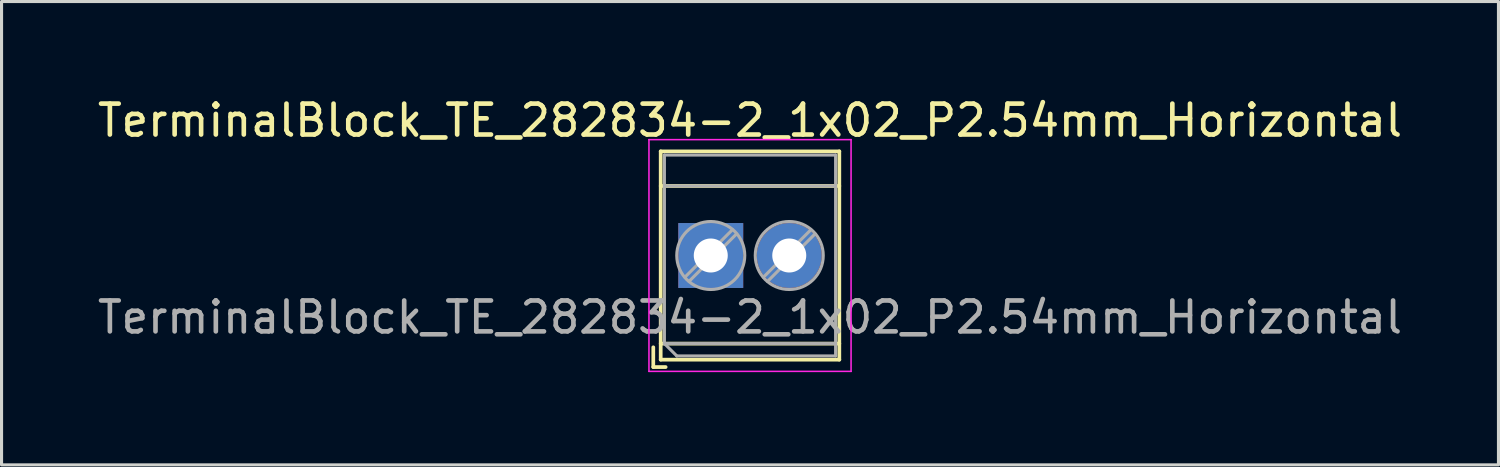
<source format=kicad_pcb>
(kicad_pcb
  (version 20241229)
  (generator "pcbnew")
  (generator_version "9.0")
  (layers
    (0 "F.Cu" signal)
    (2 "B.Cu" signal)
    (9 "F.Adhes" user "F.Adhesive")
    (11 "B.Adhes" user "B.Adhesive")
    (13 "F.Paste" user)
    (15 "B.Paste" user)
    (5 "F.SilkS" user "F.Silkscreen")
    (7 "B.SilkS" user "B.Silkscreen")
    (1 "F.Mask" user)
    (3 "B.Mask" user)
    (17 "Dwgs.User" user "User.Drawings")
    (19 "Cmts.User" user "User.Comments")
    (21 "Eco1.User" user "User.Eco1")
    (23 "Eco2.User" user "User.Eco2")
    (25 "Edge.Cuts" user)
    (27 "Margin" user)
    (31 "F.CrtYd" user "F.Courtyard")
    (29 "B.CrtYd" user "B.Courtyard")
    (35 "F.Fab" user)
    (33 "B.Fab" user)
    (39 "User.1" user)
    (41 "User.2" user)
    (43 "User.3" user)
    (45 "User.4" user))
  (footprint "TerminalBlock_TE_282834-2_1x02_P2.54mm_Horizontal"
    (layer "F.Cu")
    (at 19.95 5.218)
    (property "Reference" "TerminalBlock_TE_282834-2_1x02_P2.54mm_Horizontal" (at 1.27 -4.37 0) (layer "F.SilkS") (effects (font (size 1 1) (thickness 0.15))))
    (attr through_hole)
    (fp_line (start -1.86 2.97) (end -1.86 3.61) (stroke (width 0.12) (type solid)) (layer "F.SilkS"))
    (fp_line (start -1.86 3.61) (end -1.46 3.61) (stroke (width 0.12) (type solid)) (layer "F.SilkS"))
    (fp_line (start -1.62 -3.37) (end -1.62 3.37) (stroke (width 0.12) (type solid)) (layer "F.SilkS"))
    (fp_line (start -1.62 -3.37) (end 4.16 -3.37) (stroke (width 0.12) (type solid)) (layer "F.SilkS"))
    (fp_line (start -1.62 -2.25) (end 4.16 -2.25) (stroke (width 0.12) (type solid)) (layer "F.SilkS"))
    (fp_line (start -1.62 2.85) (end 4.16 2.85) (stroke (width 0.12) (type solid)) (layer "F.SilkS"))
    (fp_line (start -1.62 3.37) (end 4.16 3.37) (stroke (width 0.12) (type solid)) (layer "F.SilkS"))
    (fp_line (start 4.16 -3.37) (end 4.16 3.37) (stroke (width 0.12) (type solid)) (layer "F.SilkS"))
    (fp_line (start -2 -3.75) (end -2 3.75) (stroke (width 0.05) (type solid)) (layer "F.CrtYd"))
    (fp_line (start -2 3.75) (end 4.54 3.75) (stroke (width 0.05) (type solid)) (layer "F.CrtYd"))
    (fp_line (start 4.54 -3.75) (end -2 -3.75) (stroke (width 0.05) (type solid)) (layer "F.CrtYd"))
    (fp_line (start 4.54 3.75) (end 4.54 -3.75) (stroke (width 0.05) (type solid)) (layer "F.CrtYd"))
    (fp_line (start -1.5 -3.25) (end 4.04 -3.25) (stroke (width 0.1) (type solid)) (layer "F.Fab"))
    (fp_line (start -1.5 -2.25) (end 4.04 -2.25) (stroke (width 0.1) (type solid)) (layer "F.Fab"))
    (fp_line (start -1.5 2.85) (end -1.5 -3.25) (stroke (width 0.1) (type solid)) (layer "F.Fab"))
    (fp_line (start -1.5 2.85) (end 4.04 2.85) (stroke (width 0.1) (type solid)) (layer "F.Fab"))
    (fp_line (start -1.1 3.25) (end -1.5 2.85) (stroke (width 0.1) (type solid)) (layer "F.Fab"))
    (fp_line (start 0.701 -0.835) (end -0.835 0.7) (stroke (width 0.1) (type solid)) (layer "F.Fab"))
    (fp_line (start 0.835 -0.7) (end -0.701 0.835) (stroke (width 0.1) (type solid)) (layer "F.Fab"))
    (fp_line (start 3.241 -0.835) (end 1.706 0.7) (stroke (width 0.1) (type solid)) (layer "F.Fab"))
    (fp_line (start 3.375 -0.7) (end 1.84 0.835) (stroke (width 0.1) (type solid)) (layer "F.Fab"))
    (fp_line (start 4.04 -3.25) (end 4.04 3.25) (stroke (width 0.1) (type solid)) (layer "F.Fab"))
    (fp_line (start 4.04 3.25) (end -1.1 3.25) (stroke (width 0.1) (type solid)) (layer "F.Fab"))
    (fp_circle (center 0 0) (end 1.1 0) (stroke (width 0.1) (type solid)) (fill no) (layer "F.Fab"))
    (fp_circle (center 2.54 0) (end 3.64 0) (stroke (width 0.1) (type solid)) (fill no) (layer "F.Fab"))
    (fp_text user "${REFERENCE}" (at 1.27 2 0) (layer "F.Fab") (effects (font (size 1 1) (thickness 0.15))))
    (pad "1" thru_hole rect (at 0 0) (size 2.1 2.1) (drill 1.1) (layers "*.Cu" "*.Mask"))
    (pad "2" thru_hole circle (at 2.54 0) (size 2.1 2.1) (drill 1.1) (layers "*.Cu" "*.Mask")))
  (gr_rect
    (start -3 -3)
    (end 45.44 11.993)
    (stroke (width 0.1) (type default))
    (fill no)
    (layer "Edge.Cuts")))
</source>
